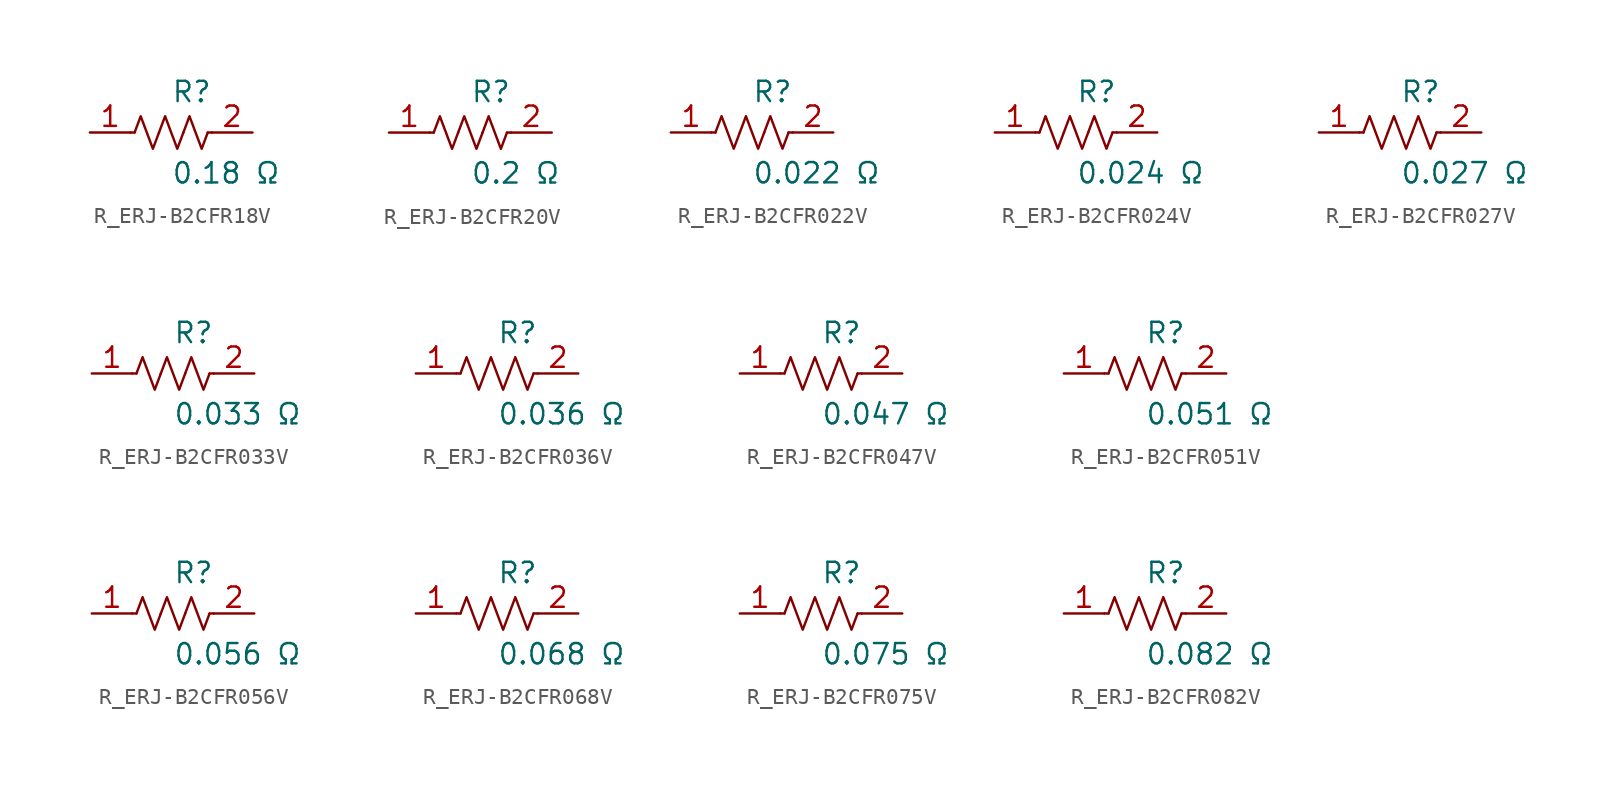
<source format=kicad_sym>
(kicad_symbol_lib
  (version 20231120)
  (generator kicad_symbol_editor)
  (generator_version 8.0)
  (symbol "R_ERJ-B2CFR18V"
    (pin_names
      (offset 0.254))
    (property "Reference" "R"
      (at 0 2.54 0)
      (effects (font (size 1.27 1.27)) (justify left)))
    (property "Value" "0.18 Ω"
      (at 0 -2.54 0)
      (effects (font (size 1.27 1.27)) (justify left)))
    (symbol "R_ERJ-B2CFR18V_0_1"
      (polyline (pts (xy 2.286 0) (xy 2.54 0)) (stroke (width 0) (type default)) (fill (type none)))
      (polyline (pts (xy -2.286 0) (xy -2.54 0)) (stroke (width 0) (type default)) (fill (type none)))
      (polyline (pts (xy 0.762 0) (xy 1.143 1.016) (xy 1.524 0) (xy 1.905 -1.016) (xy 2.286 0)) (stroke (width 0) (type default)) (fill (type none)))
      (polyline (pts (xy -0.762 0) (xy -0.381 1.016) (xy 0 0) (xy 0.381 -1.016) (xy 0.762 0)) (stroke (width 0) (type default)) (fill (type none)))
      (polyline (pts (xy -2.286 0) (xy -1.905 1.016) (xy -1.524 0) (xy -1.143 -1.016) (xy -0.762 0)) (stroke (width 0) (type default)) (fill (type none))))
    (pin passive line
      (at -5.08 0 0)
      (length 2.54)
      (name "" (effects (font (size 1.27 1.27))))
      (number "1" (effects (font (size 1.27 1.27)))))
    (pin passive line
      (at 5.08 0 180)
      (length 2.54)
      (name "" (effects (font (size 1.27 1.27))))
      (number "2" (effects (font (size 1.27 1.27))))))
  (symbol "R_ERJ-B2CFR20V"
    (pin_names
      (offset 0.254))
    (property "Reference" "R"
      (at 0 2.54 0)
      (effects (font (size 1.27 1.27)) (justify left)))
    (property "Value" "0.2 Ω"
      (at 0 -2.54 0)
      (effects (font (size 1.27 1.27)) (justify left)))
    (symbol "R_ERJ-B2CFR20V_0_1"
      (polyline (pts (xy 2.286 0) (xy 2.54 0)) (stroke (width 0) (type default)) (fill (type none)))
      (polyline (pts (xy -2.286 0) (xy -2.54 0)) (stroke (width 0) (type default)) (fill (type none)))
      (polyline (pts (xy 0.762 0) (xy 1.143 1.016) (xy 1.524 0) (xy 1.905 -1.016) (xy 2.286 0)) (stroke (width 0) (type default)) (fill (type none)))
      (polyline (pts (xy -0.762 0) (xy -0.381 1.016) (xy 0 0) (xy 0.381 -1.016) (xy 0.762 0)) (stroke (width 0) (type default)) (fill (type none)))
      (polyline (pts (xy -2.286 0) (xy -1.905 1.016) (xy -1.524 0) (xy -1.143 -1.016) (xy -0.762 0)) (stroke (width 0) (type default)) (fill (type none))))
    (pin passive line
      (at -5.08 0 0)
      (length 2.54)
      (name "" (effects (font (size 1.27 1.27))))
      (number "1" (effects (font (size 1.27 1.27)))))
    (pin passive line
      (at 5.08 0 180)
      (length 2.54)
      (name "" (effects (font (size 1.27 1.27))))
      (number "2" (effects (font (size 1.27 1.27))))))
  (symbol "R_ERJ-B2CFR022V"
    (pin_names
      (offset 0.254))
    (property "Reference" "R"
      (at 0 2.54 0)
      (effects (font (size 1.27 1.27)) (justify left)))
    (property "Value" "0.022 Ω"
      (at 0 -2.54 0)
      (effects (font (size 1.27 1.27)) (justify left)))
    (symbol "R_ERJ-B2CFR022V_0_1"
      (polyline (pts (xy 2.286 0) (xy 2.54 0)) (stroke (width 0) (type default)) (fill (type none)))
      (polyline (pts (xy -2.286 0) (xy -2.54 0)) (stroke (width 0) (type default)) (fill (type none)))
      (polyline (pts (xy 0.762 0) (xy 1.143 1.016) (xy 1.524 0) (xy 1.905 -1.016) (xy 2.286 0)) (stroke (width 0) (type default)) (fill (type none)))
      (polyline (pts (xy -0.762 0) (xy -0.381 1.016) (xy 0 0) (xy 0.381 -1.016) (xy 0.762 0)) (stroke (width 0) (type default)) (fill (type none)))
      (polyline (pts (xy -2.286 0) (xy -1.905 1.016) (xy -1.524 0) (xy -1.143 -1.016) (xy -0.762 0)) (stroke (width 0) (type default)) (fill (type none))))
    (pin passive line
      (at -5.08 0 0)
      (length 2.54)
      (name "" (effects (font (size 1.27 1.27))))
      (number "1" (effects (font (size 1.27 1.27)))))
    (pin passive line
      (at 5.08 0 180)
      (length 2.54)
      (name "" (effects (font (size 1.27 1.27))))
      (number "2" (effects (font (size 1.27 1.27))))))
  (symbol "R_ERJ-B2CFR024V"
    (pin_names
      (offset 0.254))
    (property "Reference" "R"
      (at 0 2.54 0)
      (effects (font (size 1.27 1.27)) (justify left)))
    (property "Value" "0.024 Ω"
      (at 0 -2.54 0)
      (effects (font (size 1.27 1.27)) (justify left)))
    (symbol "R_ERJ-B2CFR024V_0_1"
      (polyline (pts (xy 2.286 0) (xy 2.54 0)) (stroke (width 0) (type default)) (fill (type none)))
      (polyline (pts (xy -2.286 0) (xy -2.54 0)) (stroke (width 0) (type default)) (fill (type none)))
      (polyline (pts (xy 0.762 0) (xy 1.143 1.016) (xy 1.524 0) (xy 1.905 -1.016) (xy 2.286 0)) (stroke (width 0) (type default)) (fill (type none)))
      (polyline (pts (xy -0.762 0) (xy -0.381 1.016) (xy 0 0) (xy 0.381 -1.016) (xy 0.762 0)) (stroke (width 0) (type default)) (fill (type none)))
      (polyline (pts (xy -2.286 0) (xy -1.905 1.016) (xy -1.524 0) (xy -1.143 -1.016) (xy -0.762 0)) (stroke (width 0) (type default)) (fill (type none))))
    (pin passive line
      (at -5.08 0 0)
      (length 2.54)
      (name "" (effects (font (size 1.27 1.27))))
      (number "1" (effects (font (size 1.27 1.27)))))
    (pin passive line
      (at 5.08 0 180)
      (length 2.54)
      (name "" (effects (font (size 1.27 1.27))))
      (number "2" (effects (font (size 1.27 1.27))))))
  (symbol "R_ERJ-B2CFR027V"
    (pin_names
      (offset 0.254))
    (property "Reference" "R"
      (at 0 2.54 0)
      (effects (font (size 1.27 1.27)) (justify left)))
    (property "Value" "0.027 Ω"
      (at 0 -2.54 0)
      (effects (font (size 1.27 1.27)) (justify left)))
    (symbol "R_ERJ-B2CFR027V_0_1"
      (polyline (pts (xy 2.286 0) (xy 2.54 0)) (stroke (width 0) (type default)) (fill (type none)))
      (polyline (pts (xy -2.286 0) (xy -2.54 0)) (stroke (width 0) (type default)) (fill (type none)))
      (polyline (pts (xy 0.762 0) (xy 1.143 1.016) (xy 1.524 0) (xy 1.905 -1.016) (xy 2.286 0)) (stroke (width 0) (type default)) (fill (type none)))
      (polyline (pts (xy -0.762 0) (xy -0.381 1.016) (xy 0 0) (xy 0.381 -1.016) (xy 0.762 0)) (stroke (width 0) (type default)) (fill (type none)))
      (polyline (pts (xy -2.286 0) (xy -1.905 1.016) (xy -1.524 0) (xy -1.143 -1.016) (xy -0.762 0)) (stroke (width 0) (type default)) (fill (type none))))
    (pin passive line
      (at -5.08 0 0)
      (length 2.54)
      (name "" (effects (font (size 1.27 1.27))))
      (number "1" (effects (font (size 1.27 1.27)))))
    (pin passive line
      (at 5.08 0 180)
      (length 2.54)
      (name "" (effects (font (size 1.27 1.27))))
      (number "2" (effects (font (size 1.27 1.27))))))
  (symbol "R_ERJ-B2CFR033V"
    (pin_names
      (offset 0.254))
    (property "Reference" "R"
      (at 0 2.54 0)
      (effects (font (size 1.27 1.27)) (justify left)))
    (property "Value" "0.033 Ω"
      (at 0 -2.54 0)
      (effects (font (size 1.27 1.27)) (justify left)))
    (symbol "R_ERJ-B2CFR033V_0_1"
      (polyline (pts (xy 2.286 0) (xy 2.54 0)) (stroke (width 0) (type default)) (fill (type none)))
      (polyline (pts (xy -2.286 0) (xy -2.54 0)) (stroke (width 0) (type default)) (fill (type none)))
      (polyline (pts (xy 0.762 0) (xy 1.143 1.016) (xy 1.524 0) (xy 1.905 -1.016) (xy 2.286 0)) (stroke (width 0) (type default)) (fill (type none)))
      (polyline (pts (xy -0.762 0) (xy -0.381 1.016) (xy 0 0) (xy 0.381 -1.016) (xy 0.762 0)) (stroke (width 0) (type default)) (fill (type none)))
      (polyline (pts (xy -2.286 0) (xy -1.905 1.016) (xy -1.524 0) (xy -1.143 -1.016) (xy -0.762 0)) (stroke (width 0) (type default)) (fill (type none))))
    (pin passive line
      (at -5.08 0 0)
      (length 2.54)
      (name "" (effects (font (size 1.27 1.27))))
      (number "1" (effects (font (size 1.27 1.27)))))
    (pin passive line
      (at 5.08 0 180)
      (length 2.54)
      (name "" (effects (font (size 1.27 1.27))))
      (number "2" (effects (font (size 1.27 1.27))))))
  (symbol "R_ERJ-B2CFR036V"
    (pin_names
      (offset 0.254))
    (property "Reference" "R"
      (at 0 2.54 0)
      (effects (font (size 1.27 1.27)) (justify left)))
    (property "Value" "0.036 Ω"
      (at 0 -2.54 0)
      (effects (font (size 1.27 1.27)) (justify left)))
    (symbol "R_ERJ-B2CFR036V_0_1"
      (polyline (pts (xy 2.286 0) (xy 2.54 0)) (stroke (width 0) (type default)) (fill (type none)))
      (polyline (pts (xy -2.286 0) (xy -2.54 0)) (stroke (width 0) (type default)) (fill (type none)))
      (polyline (pts (xy 0.762 0) (xy 1.143 1.016) (xy 1.524 0) (xy 1.905 -1.016) (xy 2.286 0)) (stroke (width 0) (type default)) (fill (type none)))
      (polyline (pts (xy -0.762 0) (xy -0.381 1.016) (xy 0 0) (xy 0.381 -1.016) (xy 0.762 0)) (stroke (width 0) (type default)) (fill (type none)))
      (polyline (pts (xy -2.286 0) (xy -1.905 1.016) (xy -1.524 0) (xy -1.143 -1.016) (xy -0.762 0)) (stroke (width 0) (type default)) (fill (type none))))
    (pin passive line
      (at -5.08 0 0)
      (length 2.54)
      (name "" (effects (font (size 1.27 1.27))))
      (number "1" (effects (font (size 1.27 1.27)))))
    (pin passive line
      (at 5.08 0 180)
      (length 2.54)
      (name "" (effects (font (size 1.27 1.27))))
      (number "2" (effects (font (size 1.27 1.27))))))
  (symbol "R_ERJ-B2CFR047V"
    (pin_names
      (offset 0.254))
    (property "Reference" "R"
      (at 0 2.54 0)
      (effects (font (size 1.27 1.27)) (justify left)))
    (property "Value" "0.047 Ω"
      (at 0 -2.54 0)
      (effects (font (size 1.27 1.27)) (justify left)))
    (symbol "R_ERJ-B2CFR047V_0_1"
      (polyline (pts (xy 2.286 0) (xy 2.54 0)) (stroke (width 0) (type default)) (fill (type none)))
      (polyline (pts (xy -2.286 0) (xy -2.54 0)) (stroke (width 0) (type default)) (fill (type none)))
      (polyline (pts (xy 0.762 0) (xy 1.143 1.016) (xy 1.524 0) (xy 1.905 -1.016) (xy 2.286 0)) (stroke (width 0) (type default)) (fill (type none)))
      (polyline (pts (xy -0.762 0) (xy -0.381 1.016) (xy 0 0) (xy 0.381 -1.016) (xy 0.762 0)) (stroke (width 0) (type default)) (fill (type none)))
      (polyline (pts (xy -2.286 0) (xy -1.905 1.016) (xy -1.524 0) (xy -1.143 -1.016) (xy -0.762 0)) (stroke (width 0) (type default)) (fill (type none))))
    (pin passive line
      (at -5.08 0 0)
      (length 2.54)
      (name "" (effects (font (size 1.27 1.27))))
      (number "1" (effects (font (size 1.27 1.27)))))
    (pin passive line
      (at 5.08 0 180)
      (length 2.54)
      (name "" (effects (font (size 1.27 1.27))))
      (number "2" (effects (font (size 1.27 1.27))))))
  (symbol "R_ERJ-B2CFR051V"
    (pin_names
      (offset 0.254))
    (property "Reference" "R"
      (at 0 2.54 0)
      (effects (font (size 1.27 1.27)) (justify left)))
    (property "Value" "0.051 Ω"
      (at 0 -2.54 0)
      (effects (font (size 1.27 1.27)) (justify left)))
    (symbol "R_ERJ-B2CFR051V_0_1"
      (polyline (pts (xy 2.286 0) (xy 2.54 0)) (stroke (width 0) (type default)) (fill (type none)))
      (polyline (pts (xy -2.286 0) (xy -2.54 0)) (stroke (width 0) (type default)) (fill (type none)))
      (polyline (pts (xy 0.762 0) (xy 1.143 1.016) (xy 1.524 0) (xy 1.905 -1.016) (xy 2.286 0)) (stroke (width 0) (type default)) (fill (type none)))
      (polyline (pts (xy -0.762 0) (xy -0.381 1.016) (xy 0 0) (xy 0.381 -1.016) (xy 0.762 0)) (stroke (width 0) (type default)) (fill (type none)))
      (polyline (pts (xy -2.286 0) (xy -1.905 1.016) (xy -1.524 0) (xy -1.143 -1.016) (xy -0.762 0)) (stroke (width 0) (type default)) (fill (type none))))
    (pin passive line
      (at -5.08 0 0)
      (length 2.54)
      (name "" (effects (font (size 1.27 1.27))))
      (number "1" (effects (font (size 1.27 1.27)))))
    (pin passive line
      (at 5.08 0 180)
      (length 2.54)
      (name "" (effects (font (size 1.27 1.27))))
      (number "2" (effects (font (size 1.27 1.27))))))
  (symbol "R_ERJ-B2CFR056V"
    (pin_names
      (offset 0.254))
    (property "Reference" "R"
      (at 0 2.54 0)
      (effects (font (size 1.27 1.27)) (justify left)))
    (property "Value" "0.056 Ω"
      (at 0 -2.54 0)
      (effects (font (size 1.27 1.27)) (justify left)))
    (symbol "R_ERJ-B2CFR056V_0_1"
      (polyline (pts (xy 2.286 0) (xy 2.54 0)) (stroke (width 0) (type default)) (fill (type none)))
      (polyline (pts (xy -2.286 0) (xy -2.54 0)) (stroke (width 0) (type default)) (fill (type none)))
      (polyline (pts (xy 0.762 0) (xy 1.143 1.016) (xy 1.524 0) (xy 1.905 -1.016) (xy 2.286 0)) (stroke (width 0) (type default)) (fill (type none)))
      (polyline (pts (xy -0.762 0) (xy -0.381 1.016) (xy 0 0) (xy 0.381 -1.016) (xy 0.762 0)) (stroke (width 0) (type default)) (fill (type none)))
      (polyline (pts (xy -2.286 0) (xy -1.905 1.016) (xy -1.524 0) (xy -1.143 -1.016) (xy -0.762 0)) (stroke (width 0) (type default)) (fill (type none))))
    (pin passive line
      (at -5.08 0 0)
      (length 2.54)
      (name "" (effects (font (size 1.27 1.27))))
      (number "1" (effects (font (size 1.27 1.27)))))
    (pin passive line
      (at 5.08 0 180)
      (length 2.54)
      (name "" (effects (font (size 1.27 1.27))))
      (number "2" (effects (font (size 1.27 1.27))))))
  (symbol "R_ERJ-B2CFR068V"
    (pin_names
      (offset 0.254))
    (property "Reference" "R"
      (at 0 2.54 0)
      (effects (font (size 1.27 1.27)) (justify left)))
    (property "Value" "0.068 Ω"
      (at 0 -2.54 0)
      (effects (font (size 1.27 1.27)) (justify left)))
    (symbol "R_ERJ-B2CFR068V_0_1"
      (polyline (pts (xy 2.286 0) (xy 2.54 0)) (stroke (width 0) (type default)) (fill (type none)))
      (polyline (pts (xy -2.286 0) (xy -2.54 0)) (stroke (width 0) (type default)) (fill (type none)))
      (polyline (pts (xy 0.762 0) (xy 1.143 1.016) (xy 1.524 0) (xy 1.905 -1.016) (xy 2.286 0)) (stroke (width 0) (type default)) (fill (type none)))
      (polyline (pts (xy -0.762 0) (xy -0.381 1.016) (xy 0 0) (xy 0.381 -1.016) (xy 0.762 0)) (stroke (width 0) (type default)) (fill (type none)))
      (polyline (pts (xy -2.286 0) (xy -1.905 1.016) (xy -1.524 0) (xy -1.143 -1.016) (xy -0.762 0)) (stroke (width 0) (type default)) (fill (type none))))
    (pin passive line
      (at -5.08 0 0)
      (length 2.54)
      (name "" (effects (font (size 1.27 1.27))))
      (number "1" (effects (font (size 1.27 1.27)))))
    (pin passive line
      (at 5.08 0 180)
      (length 2.54)
      (name "" (effects (font (size 1.27 1.27))))
      (number "2" (effects (font (size 1.27 1.27))))))
  (symbol "R_ERJ-B2CFR075V"
    (pin_names
      (offset 0.254))
    (property "Reference" "R"
      (at 0 2.54 0)
      (effects (font (size 1.27 1.27)) (justify left)))
    (property "Value" "0.075 Ω"
      (at 0 -2.54 0)
      (effects (font (size 1.27 1.27)) (justify left)))
    (symbol "R_ERJ-B2CFR075V_0_1"
      (polyline (pts (xy 2.286 0) (xy 2.54 0)) (stroke (width 0) (type default)) (fill (type none)))
      (polyline (pts (xy -2.286 0) (xy -2.54 0)) (stroke (width 0) (type default)) (fill (type none)))
      (polyline (pts (xy 0.762 0) (xy 1.143 1.016) (xy 1.524 0) (xy 1.905 -1.016) (xy 2.286 0)) (stroke (width 0) (type default)) (fill (type none)))
      (polyline (pts (xy -0.762 0) (xy -0.381 1.016) (xy 0 0) (xy 0.381 -1.016) (xy 0.762 0)) (stroke (width 0) (type default)) (fill (type none)))
      (polyline (pts (xy -2.286 0) (xy -1.905 1.016) (xy -1.524 0) (xy -1.143 -1.016) (xy -0.762 0)) (stroke (width 0) (type default)) (fill (type none))))
    (pin passive line
      (at -5.08 0 0)
      (length 2.54)
      (name "" (effects (font (size 1.27 1.27))))
      (number "1" (effects (font (size 1.27 1.27)))))
    (pin passive line
      (at 5.08 0 180)
      (length 2.54)
      (name "" (effects (font (size 1.27 1.27))))
      (number "2" (effects (font (size 1.27 1.27))))))
  (symbol "R_ERJ-B2CFR082V"
    (pin_names
      (offset 0.254))
    (property "Reference" "R"
      (at 0 2.54 0)
      (effects (font (size 1.27 1.27)) (justify left)))
    (property "Value" "0.082 Ω"
      (at 0 -2.54 0)
      (effects (font (size 1.27 1.27)) (justify left)))
    (symbol "R_ERJ-B2CFR082V_0_1"
      (polyline (pts (xy 2.286 0) (xy 2.54 0)) (stroke (width 0) (type default)) (fill (type none)))
      (polyline (pts (xy -2.286 0) (xy -2.54 0)) (stroke (width 0) (type default)) (fill (type none)))
      (polyline (pts (xy 0.762 0) (xy 1.143 1.016) (xy 1.524 0) (xy 1.905 -1.016) (xy 2.286 0)) (stroke (width 0) (type default)) (fill (type none)))
      (polyline (pts (xy -0.762 0) (xy -0.381 1.016) (xy 0 0) (xy 0.381 -1.016) (xy 0.762 0)) (stroke (width 0) (type default)) (fill (type none)))
      (polyline (pts (xy -2.286 0) (xy -1.905 1.016) (xy -1.524 0) (xy -1.143 -1.016) (xy -0.762 0)) (stroke (width 0) (type default)) (fill (type none))))
    (pin passive line
      (at -5.08 0 0)
      (length 2.54)
      (name "" (effects (font (size 1.27 1.27))))
      (number "1" (effects (font (size 1.27 1.27)))))
    (pin passive line
      (at 5.08 0 180)
      (length 2.54)
      (name "" (effects (font (size 1.27 1.27))))
      (number "2" (effects (font (size 1.27 1.27)))))))
</source>
